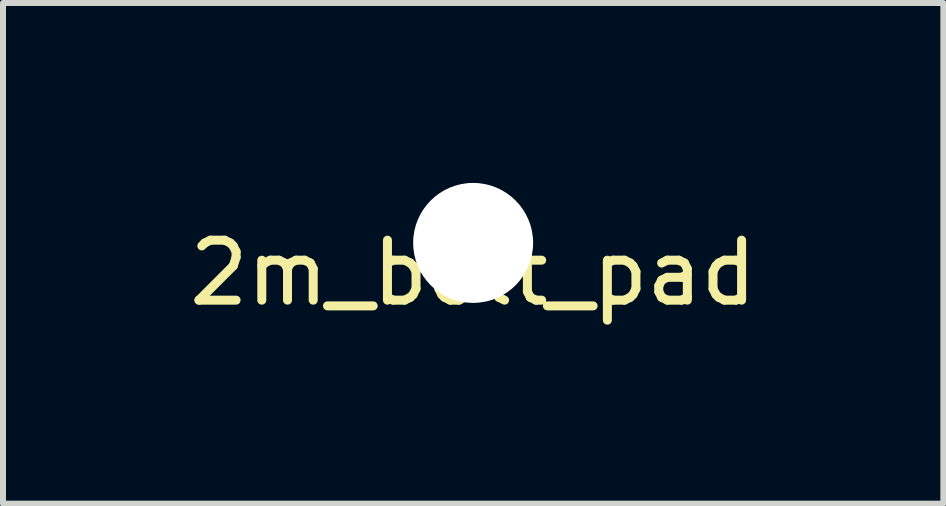
<source format=kicad_pcb>
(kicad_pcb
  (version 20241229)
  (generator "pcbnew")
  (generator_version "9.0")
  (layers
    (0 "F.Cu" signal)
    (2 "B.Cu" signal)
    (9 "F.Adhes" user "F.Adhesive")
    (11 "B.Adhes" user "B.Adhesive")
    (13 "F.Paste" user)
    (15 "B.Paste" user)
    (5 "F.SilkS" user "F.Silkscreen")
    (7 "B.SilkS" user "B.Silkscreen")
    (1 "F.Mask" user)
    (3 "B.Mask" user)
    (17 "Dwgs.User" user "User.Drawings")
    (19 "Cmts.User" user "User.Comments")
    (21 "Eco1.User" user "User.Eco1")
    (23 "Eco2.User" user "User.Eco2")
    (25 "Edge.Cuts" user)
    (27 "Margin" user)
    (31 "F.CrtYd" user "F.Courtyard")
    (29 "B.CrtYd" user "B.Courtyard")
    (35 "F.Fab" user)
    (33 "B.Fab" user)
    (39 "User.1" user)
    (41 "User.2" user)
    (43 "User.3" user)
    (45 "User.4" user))
  (footprint "2m_bolt_pad"
    (layer "F.Cu")
    (at 4.839 1)
    (property "Reference" "2m_bolt_pad" (at 0 0.5 0) (layer "F.SilkS") (effects (font (size 1 1) (thickness 0.15))))
    (attr through_hole)
    (pad "" np_thru_hole circle (at 0 0) (size 2 2) (drill 2) (layers "*.Cu" "*.Mask")))
  (gr_rect
    (start -3 -3)
    (end 12.679 5.348)
    (stroke (width 0.1) (type default))
    (fill no)
    (layer "Edge.Cuts")))
</source>
